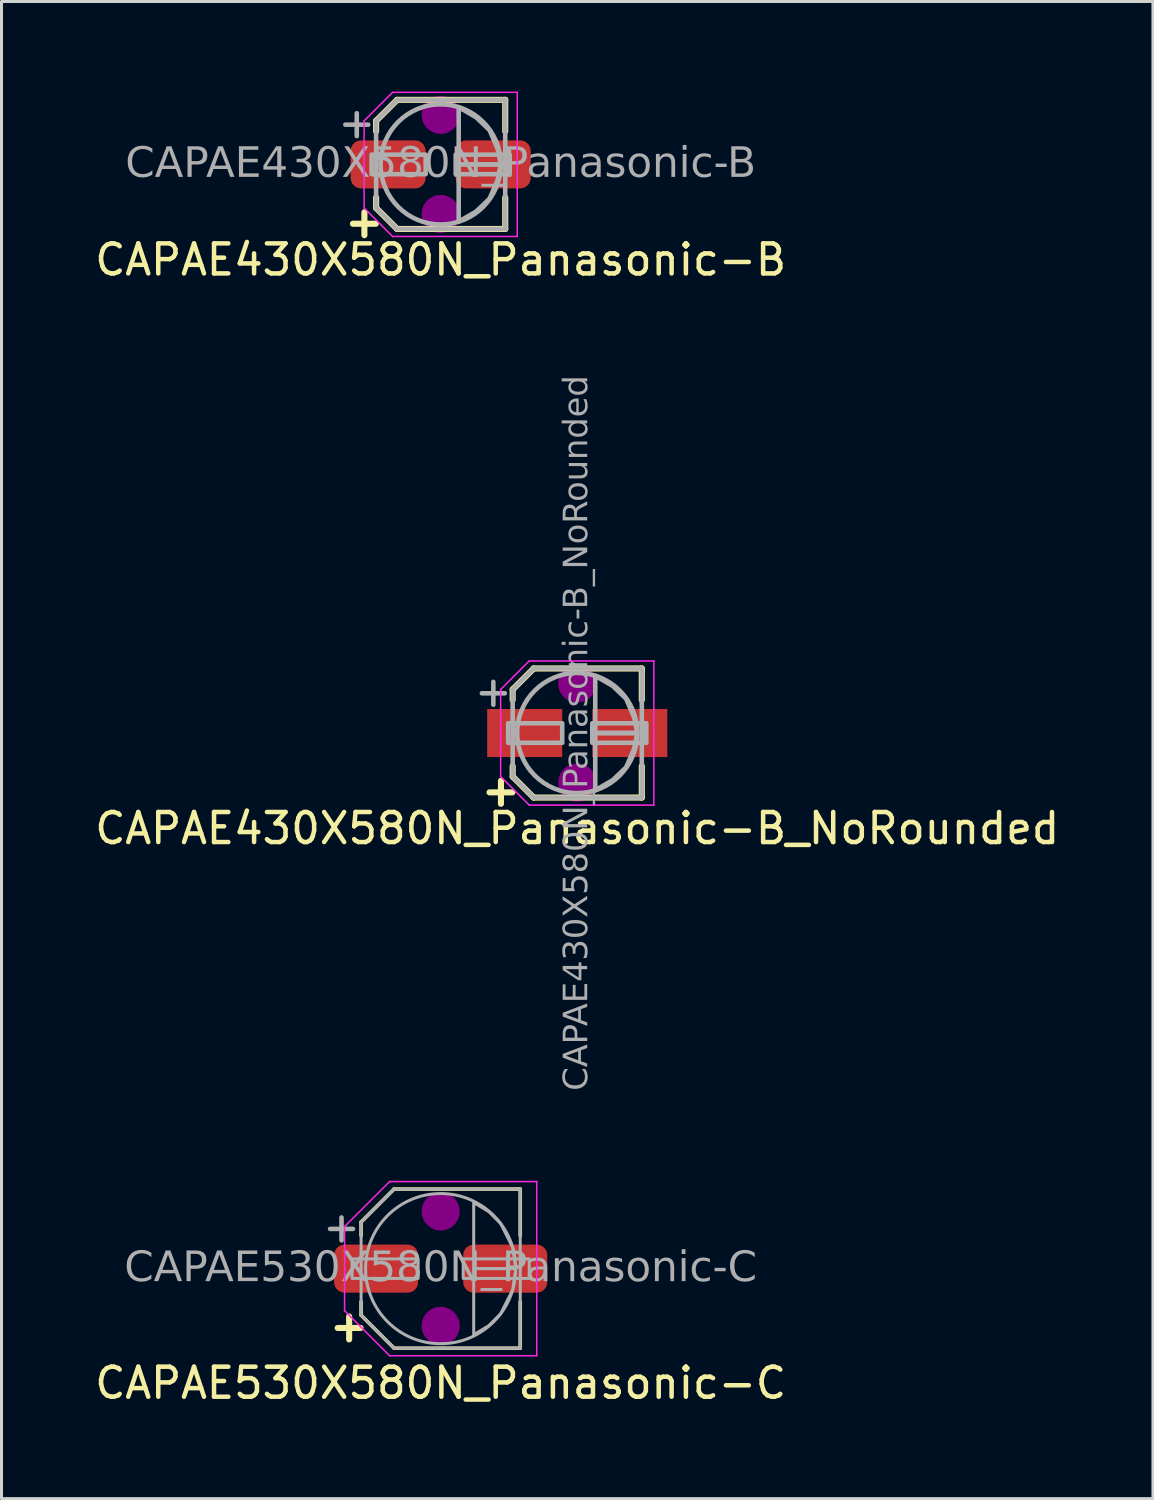
<source format=kicad_pcb>
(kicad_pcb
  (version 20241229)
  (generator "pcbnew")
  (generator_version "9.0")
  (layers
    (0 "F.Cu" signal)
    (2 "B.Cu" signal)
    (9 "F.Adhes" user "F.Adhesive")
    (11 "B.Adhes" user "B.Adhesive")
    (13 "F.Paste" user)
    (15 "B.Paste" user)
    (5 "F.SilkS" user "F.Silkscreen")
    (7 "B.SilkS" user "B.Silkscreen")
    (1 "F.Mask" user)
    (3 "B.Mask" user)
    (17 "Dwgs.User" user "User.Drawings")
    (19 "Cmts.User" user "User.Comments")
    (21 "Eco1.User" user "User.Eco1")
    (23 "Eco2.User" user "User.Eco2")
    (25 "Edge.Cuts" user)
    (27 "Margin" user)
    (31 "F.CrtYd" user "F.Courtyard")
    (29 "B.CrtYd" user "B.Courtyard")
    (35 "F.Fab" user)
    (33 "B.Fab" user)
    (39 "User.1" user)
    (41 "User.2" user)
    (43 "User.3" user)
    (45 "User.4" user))
  (footprint "CAPAE430X580N_Panasonic-B_NoRounded"
    (layer "F.Cu")
    (at 16.173 21.361)
    (property "Reference" "CAPAE430X580N_Panasonic-B_NoRounded" (at 0 3.175 0) (layer "F.SilkS") (effects (font (size 1 1) (thickness 0.15))))
    (attr smd)
    (fp_line (start -2.15 -1.45) (end -1.45 -2.15) (stroke (width 0.203) (type default)) (layer "F.SilkS"))
    (fp_line (start -2.15 -1.1) (end -2.15 -1.45) (stroke (width 0.203) (type default)) (layer "F.SilkS"))
    (fp_line (start -2.15 1.1) (end -2.15 1.45) (stroke (width 0.203) (type default)) (layer "F.SilkS"))
    (fp_line (start -2.15 1.45) (end -1.45 2.15) (stroke (width 0.203) (type default)) (layer "F.SilkS"))
    (fp_line (start -1.45 -2.15) (end 2.15 -2.15) (stroke (width 0.203) (type solid)) (layer "F.SilkS"))
    (fp_line (start -1.45 2.15) (end 2.15 2.15) (stroke (width 0.203) (type solid)) (layer "F.SilkS"))
    (fp_line (start 2.15 -1.1) (end 2.15 -2.15) (stroke (width 0.203) (type solid)) (layer "F.SilkS"))
    (fp_line (start 2.15 1.1) (end 2.15 2.15) (stroke (width 0.203) (type solid)) (layer "F.SilkS"))
    (fp_circle (center 0 -1.651) (end 0.635 -1.651) (stroke (width 0) (type solid)) (fill yes) (layer "F.Adhes"))
    (fp_circle (center 0 1.651) (end 0.635 1.651) (stroke (width 0) (type solid)) (fill yes) (layer "F.Adhes"))
    (fp_line (start -2.55 -1.45) (end -2.55 0) (stroke (width 0.05) (type solid)) (layer "F.CrtYd"))
    (fp_line (start -2.55 -1.45) (end -1.6 -2.4) (stroke (width 0.05) (type solid)) (layer "F.CrtYd"))
    (fp_line (start -2.55 1.45) (end -2.55 0) (stroke (width 0.05) (type solid)) (layer "F.CrtYd"))
    (fp_line (start -2.55 1.45) (end -1.6 2.4) (stroke (width 0.05) (type solid)) (layer "F.CrtYd"))
    (fp_line (start -1.6 -2.4) (end 2.55 -2.4) (stroke (width 0.05) (type solid)) (layer "F.CrtYd"))
    (fp_line (start -1.6 2.4) (end 2.55 2.4) (stroke (width 0.05) (type solid)) (layer "F.CrtYd"))
    (fp_line (start 2.55 -2.4) (end 2.55 0) (stroke (width 0.05) (type solid)) (layer "F.CrtYd"))
    (fp_line (start 2.55 2.4) (end 2.55 0) (stroke (width 0.05) (type solid)) (layer "F.CrtYd"))
    (fp_line (start -2.15 -1.45) (end -1.45 -2.15) (stroke (width 0.152) (type default)) (layer "F.Fab"))
    (fp_line (start -2.15 0) (end -2.15 -1.45) (stroke (width 0.152) (type solid)) (layer "F.Fab"))
    (fp_line (start -2.15 0) (end -2.15 1.45) (stroke (width 0.152) (type solid)) (layer "F.Fab"))
    (fp_line (start -2.15 1.45) (end -1.45 2.15) (stroke (width 0.152) (type default)) (layer "F.Fab"))
    (fp_line (start -1.45 -2.15) (end 2.15 -2.15) (stroke (width 0.152) (type solid)) (layer "F.Fab"))
    (fp_line (start -1.45 2.15) (end 2.15 2.15) (stroke (width 0.152) (type solid)) (layer "F.Fab"))
    (fp_line (start 2.15 0) (end 2.15 -2.15) (stroke (width 0.152) (type solid)) (layer "F.Fab"))
    (fp_line (start 2.15 0) (end 2.15 2.15) (stroke (width 0.152) (type solid)) (layer "F.Fab"))
    (fp_rect (start -0.5 0.325) (end -2.3 -0.325) (stroke (width 0.152) (type solid)) (fill no) (layer "F.Fab"))
    (fp_rect (start 0.5 0.325) (end 2.3 -0.325) (stroke (width 0.152) (type solid)) (fill no) (layer "F.Fab"))
    (fp_circle (center 0 0) (end 2 0) (stroke (width 0.152) (type default)) (fill no) (layer "F.Fab"))
    (fp_poly (pts (xy 0.6 -1.905) (xy 1.182 -1.569) (xy 1.629 -1.141) (xy 1.9 -0.508) (xy 2 0) (xy 0.6 0)) (stroke (width 0.152) (type solid)) (fill no) (layer "F.Fab"))
    (fp_poly (pts (xy 0.6 1.905) (xy 1.182 1.569) (xy 1.629 1.141) (xy 1.9 0.508) (xy 2 0) (xy 0.6 0)) (stroke (width 0.152) (type solid)) (fill no) (layer "F.Fab"))
    (fp_text user "+" (at -2.54 1.905 0) (unlocked yes) (layer "F.SilkS") (effects (font (size 1 1) (thickness 0.203) (bold yes))))
    (fp_text user "${REFERENCE}" (at 0 0 90) (layer "F.Fab") (effects (font (face "Tahoma") (size 0.8 0.8) (thickness 0.12))))
    (fp_text user "+" (at -2.794 -1.397 0) (unlocked yes) (layer "F.Fab") (effects (font (size 1 1) (thickness 0.152))))
    (pad "1" smd rect (at -1.75 0) (size 2.5 1.6) (layers "F.Cu" "F.Mask" "F.Paste"))
    (pad "2" smd rect (at 1.75 0) (size 2.5 1.6) (layers "F.Cu" "F.Mask" "F.Paste")))
  (footprint "CAPAE530X580N_Panasonic-C"
    (layer "F.Cu")
    (at 11.625 39.198)
    (property "Reference" "CAPAE530X580N_Panasonic-C" (at 0 3.81 0) (layer "F.SilkS") (effects (font (size 1 1) (thickness 0.15))))
    (attr smd)
    (fp_line (start -2.65 -1.55) (end -1.551 -2.65) (stroke (width 0.12) (type default)) (layer "F.SilkS"))
    (fp_line (start -2.65 -1.1) (end -2.65 -1.55) (stroke (width 0.12) (type default)) (layer "F.SilkS"))
    (fp_line (start -2.65 1.1) (end -2.65 1.55) (stroke (width 0.12) (type default)) (layer "F.SilkS"))
    (fp_line (start -2.65 1.55) (end -1.551 2.65) (stroke (width 0.12) (type default)) (layer "F.SilkS"))
    (fp_line (start -1.551 -2.65) (end 2.65 -2.65) (stroke (width 0.12) (type solid)) (layer "F.SilkS"))
    (fp_line (start -1.551 2.65) (end 2.65 2.65) (stroke (width 0.12) (type solid)) (layer "F.SilkS"))
    (fp_line (start 2.65 -1.1) (end 2.65 -2.65) (stroke (width 0.12) (type solid)) (layer "F.SilkS"))
    (fp_line (start 2.65 1.1) (end 2.65 2.65) (stroke (width 0.12) (type solid)) (layer "F.SilkS"))
    (fp_circle (center 0 -1.905) (end 0.635 -1.905) (stroke (width 0) (type solid)) (fill yes) (layer "F.Adhes"))
    (fp_circle (center 0 1.905) (end 0.635 1.905) (stroke (width 0) (type solid)) (fill yes) (layer "F.Adhes"))
    (fp_line (start -3.2 -1.4) (end -3.2 0) (stroke (width 0.05) (type solid)) (layer "F.CrtYd"))
    (fp_line (start -3.2 -1.4) (end -1.7 -2.9) (stroke (width 0.05) (type solid)) (layer "F.CrtYd"))
    (fp_line (start -3.2 1.4) (end -3.2 0) (stroke (width 0.05) (type solid)) (layer "F.CrtYd"))
    (fp_line (start -3.2 1.4) (end -1.7 2.9) (stroke (width 0.05) (type solid)) (layer "F.CrtYd"))
    (fp_line (start -1.7 -2.9) (end 3.2 -2.9) (stroke (width 0.05) (type solid)) (layer "F.CrtYd"))
    (fp_line (start -1.7 2.9) (end 3.2 2.9) (stroke (width 0.05) (type solid)) (layer "F.CrtYd"))
    (fp_line (start 3.2 -2.9) (end 3.2 0) (stroke (width 0.05) (type solid)) (layer "F.CrtYd"))
    (fp_line (start 3.2 2.9) (end 3.2 0) (stroke (width 0.05) (type solid)) (layer "F.CrtYd"))
    (fp_line (start -2.65 -1.55) (end -1.55 -2.65) (stroke (width 0.1) (type default)) (layer "F.Fab"))
    (fp_line (start -2.65 0) (end -2.65 -1.55) (stroke (width 0.1) (type solid)) (layer "F.Fab"))
    (fp_line (start -2.65 0) (end -2.65 1.55) (stroke (width 0.1) (type solid)) (layer "F.Fab"))
    (fp_line (start -2.65 1.55) (end -1.55 2.65) (stroke (width 0.1) (type default)) (layer "F.Fab"))
    (fp_line (start -1.55 -2.65) (end 2.65 -2.65) (stroke (width 0.1) (type solid)) (layer "F.Fab"))
    (fp_line (start -1.55 2.65) (end 2.65 2.65) (stroke (width 0.1) (type solid)) (layer "F.Fab"))
    (fp_line (start 2.65 0) (end 2.65 -2.65) (stroke (width 0.1) (type solid)) (layer "F.Fab"))
    (fp_line (start 2.65 0) (end 2.65 2.65) (stroke (width 0.1) (type solid)) (layer "F.Fab"))
    (fp_rect (start -2.95 0.325) (end -0.75 -0.325) (stroke (width 0.1) (type solid)) (fill no) (layer "F.Fab"))
    (fp_rect (start 2.95 0.325) (end 0.75 -0.325) (stroke (width 0.1) (type solid)) (fill no) (layer "F.Fab"))
    (fp_circle (center 0 0) (end 2.5 0) (stroke (width 0.1) (type default)) (fill no) (layer "F.Fab"))
    (fp_poly (pts (xy 1.1 -2.2) (xy 1.6 -1.9) (xy 2 -1.5) (xy 2.4 -0.7) (xy 2.5 0) (xy 1.1 0)) (stroke (width 0.1) (type solid)) (fill no) (layer "F.Fab"))
    (fp_poly (pts (xy 1.1 2.2) (xy 1.6 1.9) (xy 2 1.5) (xy 2.4 0.7) (xy 2.5 0) (xy 1.1 0)) (stroke (width 0.1) (type solid)) (fill no) (layer "F.Fab"))
    (fp_text user "+" (at -3.048 1.905 0) (unlocked yes) (layer "F.SilkS") (effects (font (size 1 1) (thickness 0.203) (bold yes))))
    (fp_text user "${REFERENCE}" (at 0 0 0) (layer "F.Fab") (effects (font (face "Tahoma") (size 1 1) (thickness 0.15))))
    (fp_text user "+" (at -3.302 -1.397 0) (unlocked yes) (layer "F.Fab") (effects (font (size 1 1) (thickness 0.152))))
    (pad "1" smd roundrect (at -2.15 0) (size 2.8 1.6) (layers "F.Cu" "F.Mask" "F.Paste") (roundrect_rratio 0.217))
    (pad "2" smd roundrect (at 2.15 0) (size 2.8 1.6) (layers "F.Cu" "F.Mask" "F.Paste") (roundrect_rratio 0.217)))
  (footprint "CAPAE430X580N_Panasonic-B"
    (layer "F.Cu")
    (at 11.625 2.425)
    (property "Reference" "CAPAE430X580N_Panasonic-B" (at 0 3.175 0) (layer "F.SilkS") (effects (font (size 1 1) (thickness 0.15))))
    (attr smd)
    (fp_line (start -2.15 -1.45) (end -1.45 -2.15) (stroke (width 0.203) (type default)) (layer "F.SilkS"))
    (fp_line (start -2.15 -1.1) (end -2.15 -1.45) (stroke (width 0.203) (type default)) (layer "F.SilkS"))
    (fp_line (start -2.15 1.1) (end -2.15 1.45) (stroke (width 0.203) (type default)) (layer "F.SilkS"))
    (fp_line (start -2.15 1.45) (end -1.45 2.15) (stroke (width 0.203) (type default)) (layer "F.SilkS"))
    (fp_line (start -1.45 -2.15) (end 2.15 -2.15) (stroke (width 0.203) (type solid)) (layer "F.SilkS"))
    (fp_line (start -1.45 2.15) (end 2.15 2.15) (stroke (width 0.203) (type solid)) (layer "F.SilkS"))
    (fp_line (start 2.15 -1.1) (end 2.15 -2.15) (stroke (width 0.203) (type solid)) (layer "F.SilkS"))
    (fp_line (start 2.15 1.1) (end 2.15 2.15) (stroke (width 0.203) (type solid)) (layer "F.SilkS"))
    (fp_circle (center 0 -1.651) (end 0.635 -1.651) (stroke (width 0) (type solid)) (fill yes) (layer "F.Adhes"))
    (fp_circle (center 0 1.651) (end 0.635 1.651) (stroke (width 0) (type solid)) (fill yes) (layer "F.Adhes"))
    (fp_line (start -2.55 -1.45) (end -2.55 0) (stroke (width 0.05) (type solid)) (layer "F.CrtYd"))
    (fp_line (start -2.55 -1.45) (end -1.6 -2.4) (stroke (width 0.05) (type solid)) (layer "F.CrtYd"))
    (fp_line (start -2.55 1.45) (end -2.55 0) (stroke (width 0.05) (type solid)) (layer "F.CrtYd"))
    (fp_line (start -2.55 1.45) (end -1.6 2.4) (stroke (width 0.05) (type solid)) (layer "F.CrtYd"))
    (fp_line (start -1.6 -2.4) (end 2.55 -2.4) (stroke (width 0.05) (type solid)) (layer "F.CrtYd"))
    (fp_line (start -1.6 2.4) (end 2.55 2.4) (stroke (width 0.05) (type solid)) (layer "F.CrtYd"))
    (fp_line (start 2.55 -2.4) (end 2.55 0) (stroke (width 0.05) (type solid)) (layer "F.CrtYd"))
    (fp_line (start 2.55 2.4) (end 2.55 0) (stroke (width 0.05) (type solid)) (layer "F.CrtYd"))
    (fp_line (start -2.15 -1.45) (end -1.45 -2.15) (stroke (width 0.152) (type default)) (layer "F.Fab"))
    (fp_line (start -2.15 0) (end -2.15 -1.45) (stroke (width 0.152) (type solid)) (layer "F.Fab"))
    (fp_line (start -2.15 0) (end -2.15 1.45) (stroke (width 0.152) (type solid)) (layer "F.Fab"))
    (fp_line (start -2.15 1.45) (end -1.45 2.15) (stroke (width 0.152) (type default)) (layer "F.Fab"))
    (fp_line (start -1.45 -2.15) (end 2.15 -2.15) (stroke (width 0.152) (type solid)) (layer "F.Fab"))
    (fp_line (start -1.45 2.15) (end 2.15 2.15) (stroke (width 0.152) (type solid)) (layer "F.Fab"))
    (fp_line (start 2.15 0) (end 2.15 -2.15) (stroke (width 0.152) (type solid)) (layer "F.Fab"))
    (fp_line (start 2.15 0) (end 2.15 2.15) (stroke (width 0.152) (type solid)) (layer "F.Fab"))
    (fp_rect (start -0.5 0.325) (end -2.3 -0.325) (stroke (width 0.152) (type solid)) (fill no) (layer "F.Fab"))
    (fp_rect (start 0.5 0.325) (end 2.3 -0.325) (stroke (width 0.152) (type solid)) (fill no) (layer "F.Fab"))
    (fp_circle (center 0 0) (end 2 0) (stroke (width 0.152) (type default)) (fill no) (layer "F.Fab"))
    (fp_poly (pts (xy 0.6 -1.905) (xy 1.182 -1.569) (xy 1.629 -1.141) (xy 1.9 -0.508) (xy 2 0) (xy 0.6 0)) (stroke (width 0.152) (type solid)) (fill no) (layer "F.Fab"))
    (fp_poly (pts (xy 0.6 1.905) (xy 1.182 1.569) (xy 1.629 1.141) (xy 1.9 0.508) (xy 2 0) (xy 0.6 0)) (stroke (width 0.152) (type solid)) (fill no) (layer "F.Fab"))
    (fp_text user "+" (at -2.54 1.905 0) (unlocked yes) (layer "F.SilkS") (effects (font (size 1 1) (thickness 0.203) (bold yes))))
    (fp_text user "${REFERENCE}" (at 0 0 0) (layer "F.Fab") (effects (font (face "Tahoma") (size 1 1) (thickness 0.15))))
    (fp_text user "+" (at -2.794 -1.397 0) (unlocked yes) (layer "F.Fab") (effects (font (size 1 1) (thickness 0.152))))
    (pad "1" smd roundrect (at -1.75 0) (size 2.5 1.6) (layers "F.Cu" "F.Mask" "F.Paste") (roundrect_rratio 0.217))
    (pad "2" smd roundrect (at 1.75 0) (size 2.5 1.6) (layers "F.Cu" "F.Mask" "F.Paste") (roundrect_rratio 0.217)))
  (gr_rect
    (start -3 -3)
    (end 35.345 46.856)
    (stroke (width 0.1) (type default))
    (fill no)
    (layer "Edge.Cuts")))
</source>
